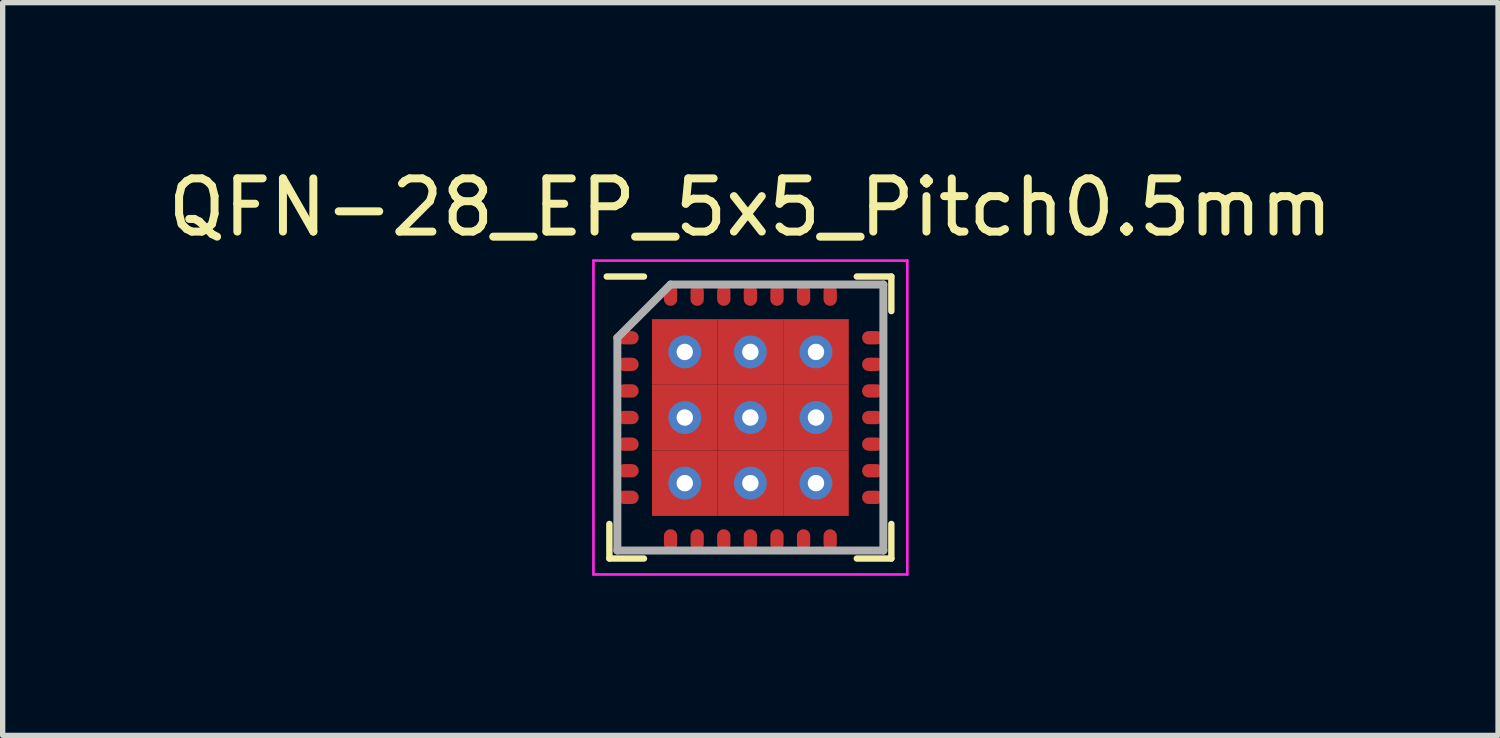
<source format=kicad_pcb>
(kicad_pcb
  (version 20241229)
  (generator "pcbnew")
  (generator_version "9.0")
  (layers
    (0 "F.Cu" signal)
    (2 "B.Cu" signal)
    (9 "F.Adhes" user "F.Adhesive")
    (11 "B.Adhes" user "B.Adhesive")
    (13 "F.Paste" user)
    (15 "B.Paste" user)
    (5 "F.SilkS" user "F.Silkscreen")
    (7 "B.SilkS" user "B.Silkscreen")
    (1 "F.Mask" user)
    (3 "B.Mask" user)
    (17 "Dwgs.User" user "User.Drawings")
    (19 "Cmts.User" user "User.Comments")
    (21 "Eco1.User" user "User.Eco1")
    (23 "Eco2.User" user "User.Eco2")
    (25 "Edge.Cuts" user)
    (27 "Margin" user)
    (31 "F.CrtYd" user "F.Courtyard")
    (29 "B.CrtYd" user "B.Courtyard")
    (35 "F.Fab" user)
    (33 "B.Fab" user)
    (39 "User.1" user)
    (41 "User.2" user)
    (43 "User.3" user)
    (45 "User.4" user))
  (footprint "QFN-28_EP_5x5_Pitch0.5mm"
    (layer "F.Cu")
    (at 11.054 4.798)
    (property "Reference" "QFN-28_EP_5x5_Pitch0.5mm" (at 0 -3.95 0) (layer "F.SilkS") (effects (font (size 1 1) (thickness 0.15))))
    (attr smd)
    (fp_line (start -2.65 2.65) (end -2.65 2) (stroke (width 0.12) (type solid)) (layer "F.SilkS"))
    (fp_line (start -2 -2.65) (end -2.7 -2.65) (stroke (width 0.12) (type solid)) (layer "F.SilkS"))
    (fp_line (start -2 2.65) (end -2.65 2.65) (stroke (width 0.12) (type solid)) (layer "F.SilkS"))
    (fp_line (start 2 -2.65) (end 2.65 -2.65) (stroke (width 0.12) (type solid)) (layer "F.SilkS"))
    (fp_line (start 2 2.65) (end 2.65 2.65) (stroke (width 0.12) (type solid)) (layer "F.SilkS"))
    (fp_line (start 2.65 -2.65) (end 2.65 -2) (stroke (width 0.12) (type solid)) (layer "F.SilkS"))
    (fp_line (start 2.65 2.65) (end 2.65 2) (stroke (width 0.12) (type solid)) (layer "F.SilkS"))
    (fp_line (start -2.95 -2.95) (end 2.95 -2.95) (stroke (width 0.05) (type solid)) (layer "F.CrtYd"))
    (fp_line (start -2.95 2.95) (end -2.95 -2.95) (stroke (width 0.05) (type solid)) (layer "F.CrtYd"))
    (fp_line (start 2.95 -2.95) (end 2.95 2.95) (stroke (width 0.05) (type solid)) (layer "F.CrtYd"))
    (fp_line (start 2.95 2.95) (end -2.95 2.95) (stroke (width 0.05) (type solid)) (layer "F.CrtYd"))
    (fp_line (start -2.5 -1.5) (end -2.5 2.5) (stroke (width 0.15) (type solid)) (layer "F.Fab"))
    (fp_line (start -2.5 2.5) (end 2.5 2.5) (stroke (width 0.15) (type solid)) (layer "F.Fab"))
    (fp_line (start -1.5 -2.5) (end -2.5 -1.5) (stroke (width 0.15) (type solid)) (layer "F.Fab"))
    (fp_line (start 2.5 -2.5) (end -1.5 -2.5) (stroke (width 0.15) (type solid)) (layer "F.Fab"))
    (fp_line (start 2.5 2.5) (end 2.5 -2.5) (stroke (width 0.15) (type solid)) (layer "F.Fab"))
    (pad "1" smd oval (at -2.3 -1.5 90) (size 0.25 0.4) (layers "F.Cu" "F.Mask" "F.Paste"))
    (pad "2" smd oval (at -2.3 -1 90) (size 0.25 0.4) (layers "F.Cu" "F.Mask" "F.Paste"))
    (pad "3" smd oval (at -2.3 -0.5 90) (size 0.25 0.4) (layers "F.Cu" "F.Mask" "F.Paste"))
    (pad "4" smd oval (at -2.3 0 90) (size 0.25 0.4) (layers "F.Cu" "F.Mask" "F.Paste"))
    (pad "5" smd oval (at -2.3 0.5 90) (size 0.25 0.4) (layers "F.Cu" "F.Mask" "F.Paste"))
    (pad "6" smd oval (at -2.3 1 90) (size 0.25 0.4) (layers "F.Cu" "F.Mask" "F.Paste"))
    (pad "7" smd oval (at -2.3 1.5 90) (size 0.25 0.4) (layers "F.Cu" "F.Mask" "F.Paste"))
    (pad "8" smd oval (at -1.5 2.3) (size 0.25 0.4) (layers "F.Cu" "F.Mask" "F.Paste"))
    (pad "9" smd oval (at -1 2.3) (size 0.25 0.4) (layers "F.Cu" "F.Mask" "F.Paste"))
    (pad "10" smd oval (at -0.5 2.3) (size 0.25 0.4) (layers "F.Cu" "F.Mask" "F.Paste"))
    (pad "11" smd oval (at 0 2.3) (size 0.25 0.4) (layers "F.Cu" "F.Mask" "F.Paste"))
    (pad "12" smd oval (at 0.5 2.3) (size 0.25 0.4) (layers "F.Cu" "F.Mask" "F.Paste"))
    (pad "13" smd oval (at 1 2.3) (size 0.25 0.4) (layers "F.Cu" "F.Mask" "F.Paste"))
    (pad "14" smd oval (at 1.5 2.3) (size 0.25 0.4) (layers "F.Cu" "F.Mask" "F.Paste"))
    (pad "15" smd oval (at 2.3 1.5 90) (size 0.25 0.4) (layers "F.Cu" "F.Mask" "F.Paste"))
    (pad "16" smd oval (at 2.3 1 90) (size 0.25 0.4) (layers "F.Cu" "F.Mask" "F.Paste"))
    (pad "17" smd oval (at 2.3 0.5 90) (size 0.25 0.4) (layers "F.Cu" "F.Mask" "F.Paste"))
    (pad "18" smd oval (at 2.3 0 90) (size 0.25 0.4) (layers "F.Cu" "F.Mask" "F.Paste"))
    (pad "19" smd oval (at 2.3 -0.5 90) (size 0.25 0.4) (layers "F.Cu" "F.Mask" "F.Paste"))
    (pad "20" smd oval (at 2.3 -1 90) (size 0.25 0.4) (layers "F.Cu" "F.Mask" "F.Paste"))
    (pad "21" smd oval (at 2.3 -1.5 90) (size 0.25 0.4) (layers "F.Cu" "F.Mask" "F.Paste"))
    (pad "22" smd oval (at 1.5 -2.3) (size 0.25 0.4) (layers "F.Cu" "F.Mask" "F.Paste"))
    (pad "23" smd oval (at 1 -2.3) (size 0.25 0.4) (layers "F.Cu" "F.Mask" "F.Paste"))
    (pad "24" smd oval (at 0.5 -2.3) (size 0.25 0.4) (layers "F.Cu" "F.Mask" "F.Paste"))
    (pad "25" smd oval (at 0 -2.3) (size 0.25 0.4) (layers "F.Cu" "F.Mask" "F.Paste"))
    (pad "26" smd oval (at -0.5 -2.3) (size 0.25 0.4) (layers "F.Cu" "F.Mask" "F.Paste"))
    (pad "27" smd oval (at -1 -2.3) (size 0.25 0.4) (layers "F.Cu" "F.Mask" "F.Paste"))
    (pad "28" smd oval (at -1.5 -2.3) (size 0.25 0.4) (layers "F.Cu" "F.Mask" "F.Paste"))
    (pad "29" thru_hole circle (at -1.233 -1.233) (size 0.617 0.617) (drill 0.308) (layers "*.Cu" "*.Mask"))
    (pad "29" smd rect (at -1.233 -1.233) (size 1.233 1.233) (layers "F.Cu" "F.Mask" "F.Paste"))
    (pad "29" thru_hole circle (at -1.233 0) (size 0.617 0.617) (drill 0.308) (layers "*.Cu" "*.Mask"))
    (pad "29" smd rect (at -1.233 0) (size 1.233 1.233) (layers "F.Cu" "F.Mask" "F.Paste"))
    (pad "29" thru_hole circle (at -1.233 1.233) (size 0.617 0.617) (drill 0.308) (layers "*.Cu" "*.Mask"))
    (pad "29" smd rect (at -1.233 1.233) (size 1.233 1.233) (layers "F.Cu" "F.Mask" "F.Paste"))
    (pad "29" thru_hole circle (at 0 -1.233) (size 0.617 0.617) (drill 0.308) (layers "*.Cu" "*.Mask"))
    (pad "29" smd rect (at 0 -1.233) (size 1.233 1.233) (layers "F.Cu" "F.Mask" "F.Paste"))
    (pad "29" thru_hole circle (at 0 0) (size 0.617 0.617) (drill 0.308) (layers "*.Cu" "*.Mask"))
    (pad "29" smd rect (at 0 0) (size 1.233 1.233) (layers "F.Cu" "F.Mask" "F.Paste"))
    (pad "29" thru_hole circle (at 0 1.233) (size 0.617 0.617) (drill 0.308) (layers "*.Cu" "*.Mask"))
    (pad "29" smd rect (at 0 1.233) (size 1.233 1.233) (layers "F.Cu" "F.Mask" "F.Paste"))
    (pad "29" thru_hole circle (at 1.233 -1.233) (size 0.617 0.617) (drill 0.308) (layers "*.Cu" "*.Mask"))
    (pad "29" smd rect (at 1.233 -1.233) (size 1.233 1.233) (layers "F.Cu" "F.Mask" "F.Paste"))
    (pad "29" thru_hole circle (at 1.233 0) (size 0.617 0.617) (drill 0.308) (layers "*.Cu" "*.Mask"))
    (pad "29" smd rect (at 1.233 0) (size 1.233 1.233) (layers "F.Cu" "F.Mask" "F.Paste"))
    (pad "29" thru_hole circle (at 1.233 1.233) (size 0.617 0.617) (drill 0.308) (layers "*.Cu" "*.Mask"))
    (pad "29" smd rect (at 1.233 1.233) (size 1.233 1.233) (layers "F.Cu" "F.Mask" "F.Paste")))
  (gr_rect
    (start -3 -3)
    (end 25.107 10.773)
    (stroke (width 0.1) (type default))
    (fill no)
    (layer "Edge.Cuts")))
</source>
